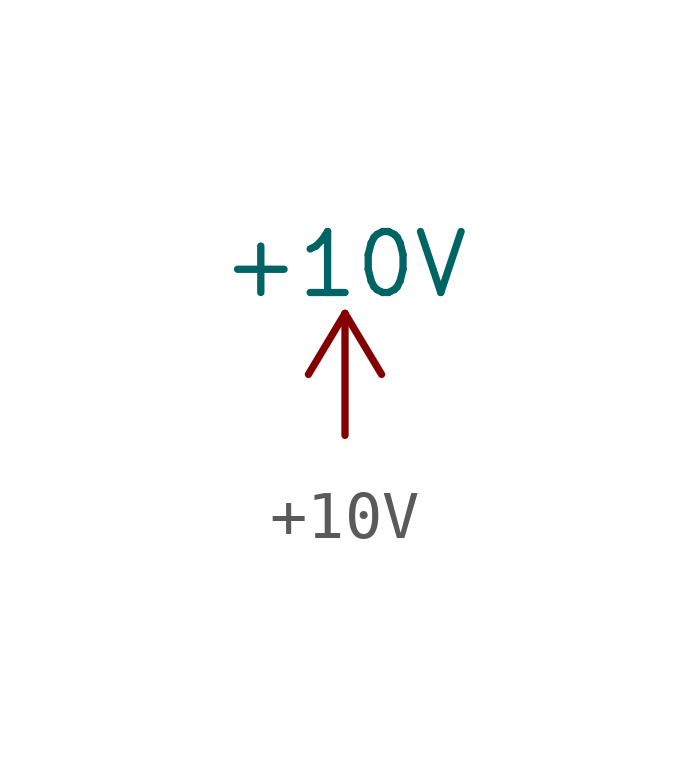
<source format=kicad_sym>
(kicad_symbol_lib
  (version 20211014)
  (generator kicad_symbol_editor)
  (symbol "+10V"
    (power)
    (pin_names
      (offset 0))
    (property "Reference" "#PWR"
      (at 0 -3.81 0)
      (effects (font (size 1.27 1.27)) hide))
    (property "Value" "+10V"
      (at 0 3.556 0)
      (effects (font (size 1.27 1.27))))
    (symbol "+10V_0_1"
      (polyline (pts (xy -0.762 1.27) (xy 0 2.54)) (stroke (width 0) (type default) (color 0 0 0 0)) (fill (type none)))
      (polyline (pts (xy 0 0) (xy 0 2.54)) (stroke (width 0) (type default) (color 0 0 0 0)) (fill (type none)))
      (polyline (pts (xy 0 2.54) (xy 0.762 1.27)) (stroke (width 0) (type default) (color 0 0 0 0)) (fill (type none))))
    (symbol "+10V_1_1"
      (pin power_in line (at 0 0 90) (length 0) hide (name "+10V" (effects (font (size 1.27 1.27)))) (number "1" (effects (font (size 1.27 1.27))))))))
</source>
